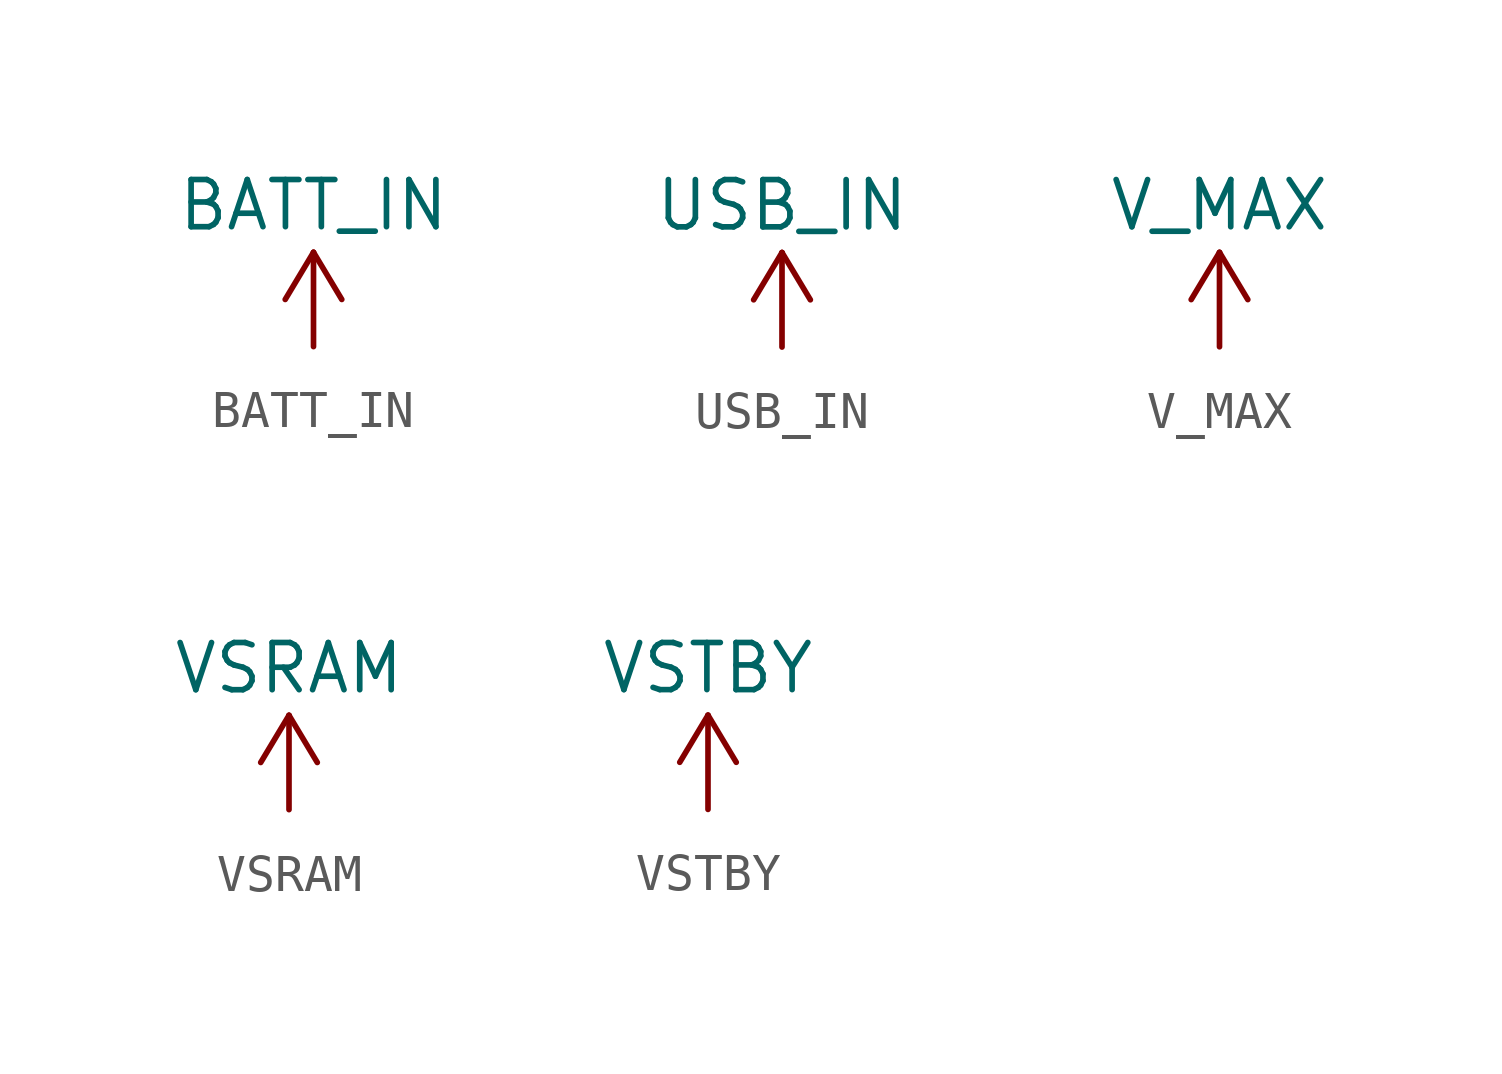
<source format=kicad_sym>
(kicad_symbol_lib
  (version 20211014)
  (generator kicad_symbol_editor)
  (symbol "BATT_IN"
    (power)
    (pin_names
      (offset 0))
    (property "Reference" "#PWR"
      (at 0 -3.81 0)
      (effects (font (size 1.27 1.27)) hide))
    (property "Value" "BATT_IN"
      (at 0 3.81 0)
      (effects (font (size 1.27 1.27))))
    (symbol "BATT_IN_0_1"
      (polyline (pts (xy -0.762 1.27) (xy 0 2.54)) (stroke (width 0) (type default) (color 0 0 0 0)) (fill (type none)))
      (polyline (pts (xy 0 0) (xy 0 2.54)) (stroke (width 0) (type default) (color 0 0 0 0)) (fill (type none)))
      (polyline (pts (xy 0 2.54) (xy 0.762 1.27)) (stroke (width 0) (type default) (color 0 0 0 0)) (fill (type none))))
    (symbol "BATT_IN_1_1"
      (pin power_in line (at 0 0 90) (length 0) hide (name "BATT_IN" (effects (font (size 1.27 1.27)))) (number "1" (effects (font (size 1.27 1.27)))))))
  (symbol "USB_IN"
    (power)
    (pin_names
      (offset 0))
    (property "Reference" "#PWR"
      (at 0 -3.81 0)
      (effects (font (size 1.27 1.27)) hide))
    (property "Value" "USB_IN"
      (at 0 3.81 0)
      (effects (font (size 1.27 1.27))))
    (symbol "USB_IN_0_1"
      (polyline (pts (xy -0.762 1.27) (xy 0 2.54)) (stroke (width 0) (type default) (color 0 0 0 0)) (fill (type none)))
      (polyline (pts (xy 0 0) (xy 0 2.54)) (stroke (width 0) (type default) (color 0 0 0 0)) (fill (type none)))
      (polyline (pts (xy 0 2.54) (xy 0.762 1.27)) (stroke (width 0) (type default) (color 0 0 0 0)) (fill (type none))))
    (symbol "USB_IN_1_1"
      (pin power_in line (at 0 0 90) (length 0) hide (name "USB_IN" (effects (font (size 1.27 1.27)))) (number "1" (effects (font (size 1.27 1.27)))))))
  (symbol "V_MAX"
    (power)
    (pin_names
      (offset 0))
    (property "Reference" "#PWR"
      (at 0 -3.81 0)
      (effects (font (size 1.27 1.27)) hide))
    (property "Value" "V_MAX"
      (at 0 3.81 0)
      (effects (font (size 1.27 1.27))))
    (symbol "V_MAX_0_1"
      (polyline (pts (xy -0.762 1.27) (xy 0 2.54)) (stroke (width 0) (type default) (color 0 0 0 0)) (fill (type none)))
      (polyline (pts (xy 0 0) (xy 0 2.54)) (stroke (width 0) (type default) (color 0 0 0 0)) (fill (type none)))
      (polyline (pts (xy 0 2.54) (xy 0.762 1.27)) (stroke (width 0) (type default) (color 0 0 0 0)) (fill (type none))))
    (symbol "V_MAX_1_1"
      (pin power_in line (at 0 0 90) (length 0) hide (name "V_MAX" (effects (font (size 1.27 1.27)))) (number "1" (effects (font (size 1.27 1.27)))))))
  (symbol "VSRAM"
    (power)
    (pin_names
      (offset 0))
    (property "Reference" "#PWR"
      (at 0 -3.81 0)
      (effects (font (size 1.27 1.27)) hide))
    (property "Value" "VSRAM"
      (at 0 3.81 0)
      (effects (font (size 1.27 1.27))))
    (symbol "VSRAM_0_1"
      (polyline (pts (xy -0.762 1.27) (xy 0 2.54)) (stroke (width 0) (type default) (color 0 0 0 0)) (fill (type none)))
      (polyline (pts (xy 0 0) (xy 0 2.54)) (stroke (width 0) (type default) (color 0 0 0 0)) (fill (type none)))
      (polyline (pts (xy 0 2.54) (xy 0.762 1.27)) (stroke (width 0) (type default) (color 0 0 0 0)) (fill (type none))))
    (symbol "VSRAM_1_1"
      (pin power_in line (at 0 0 90) (length 0) hide (name "VSRAM" (effects (font (size 1.27 1.27)))) (number "1" (effects (font (size 1.27 1.27)))))))
  (symbol "VSTBY"
    (power)
    (pin_names
      (offset 0))
    (property "Reference" "#PWR"
      (at 0 -3.81 0)
      (effects (font (size 1.27 1.27)) hide))
    (property "Value" "VSTBY"
      (at 0 3.81 0)
      (effects (font (size 1.27 1.27))))
    (symbol "VSTBY_0_1"
      (polyline (pts (xy -0.762 1.27) (xy 0 2.54)) (stroke (width 0) (type default) (color 0 0 0 0)) (fill (type none)))
      (polyline (pts (xy 0 0) (xy 0 2.54)) (stroke (width 0) (type default) (color 0 0 0 0)) (fill (type none)))
      (polyline (pts (xy 0 2.54) (xy 0.762 1.27)) (stroke (width 0) (type default) (color 0 0 0 0)) (fill (type none))))
    (symbol "VSTBY_1_1"
      (pin power_in line (at 0 0 90) (length 0) hide (name "VSTBY" (effects (font (size 1.27 1.27)))) (number "1" (effects (font (size 1.27 1.27))))))))
</source>
